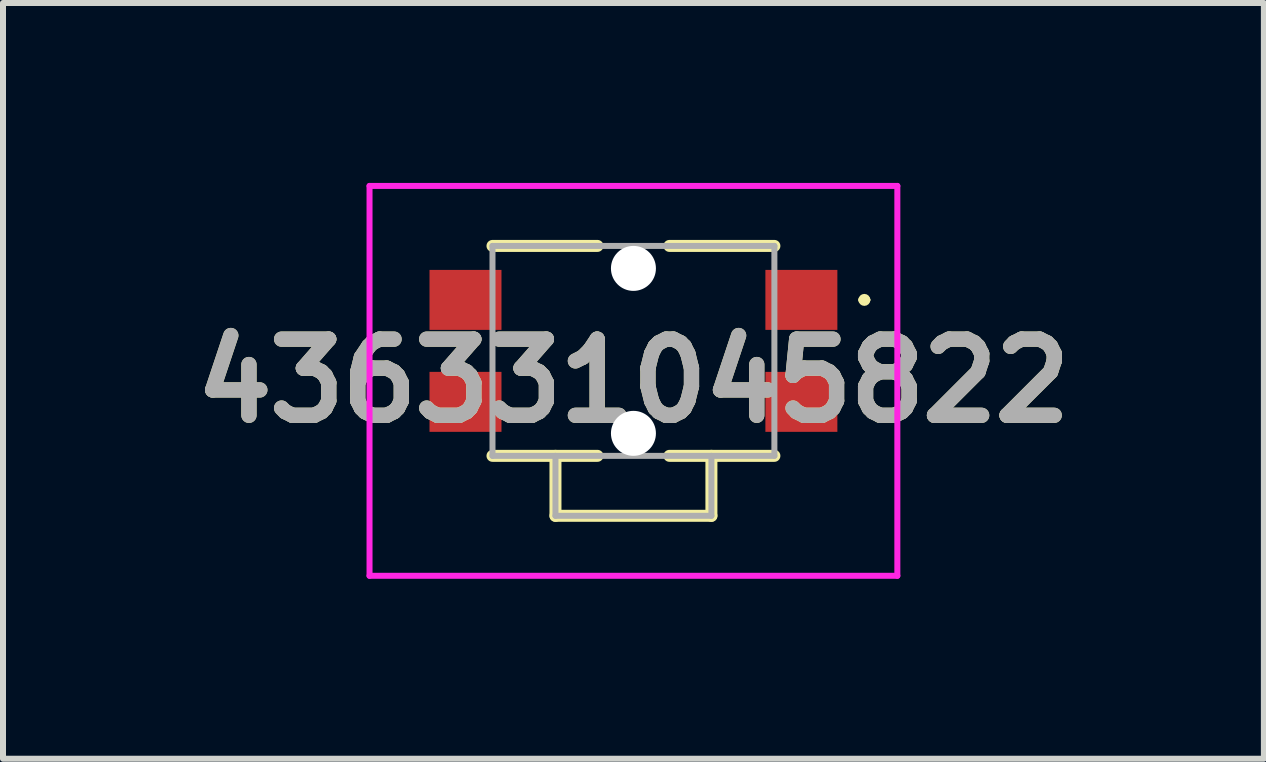
<source format=kicad_pcb>
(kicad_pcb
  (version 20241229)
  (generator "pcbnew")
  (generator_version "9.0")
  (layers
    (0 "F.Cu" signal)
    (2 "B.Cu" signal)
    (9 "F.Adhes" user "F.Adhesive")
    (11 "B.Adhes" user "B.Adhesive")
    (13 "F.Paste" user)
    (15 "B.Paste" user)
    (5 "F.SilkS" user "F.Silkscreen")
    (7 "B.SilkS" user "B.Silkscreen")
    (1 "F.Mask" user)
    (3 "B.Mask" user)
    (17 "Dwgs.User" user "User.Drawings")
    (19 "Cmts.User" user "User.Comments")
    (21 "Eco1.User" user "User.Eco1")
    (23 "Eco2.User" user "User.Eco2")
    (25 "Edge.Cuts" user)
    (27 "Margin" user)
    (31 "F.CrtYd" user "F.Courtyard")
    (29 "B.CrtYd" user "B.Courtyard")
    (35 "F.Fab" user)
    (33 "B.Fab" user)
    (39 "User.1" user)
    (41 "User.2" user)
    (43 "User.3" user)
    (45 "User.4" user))
  (footprint "436331045822"
    (layer "F.Cu")
    (at 7.511 3.3)
    (property "Reference" "436331045822" (at 0 0 0) (layer "F.SilkS") (effects (font (size 1.27 1.27) (thickness 0.254))))
    (attr through_hole)
    (fp_line (start -2.35 -2.25) (end -0.6 -2.25) (stroke (width 0.2) (type solid)) (layer "F.SilkS"))
    (fp_line (start -2.35 1.25) (end -0.6 1.25) (stroke (width 0.2) (type solid)) (layer "F.SilkS"))
    (fp_line (start -1.3 1.25) (end -1.3 2.25) (stroke (width 0.2) (type solid)) (layer "F.SilkS"))
    (fp_line (start -1.3 2.25) (end 1.3 2.25) (stroke (width 0.2) (type solid)) (layer "F.SilkS"))
    (fp_line (start 0.6 -2.25) (end 2.35 -2.25) (stroke (width 0.2) (type solid)) (layer "F.SilkS"))
    (fp_line (start 0.6 1.25) (end 2.35 1.25) (stroke (width 0.2) (type solid)) (layer "F.SilkS"))
    (fp_line (start 1.3 2.25) (end 1.3 1.25) (stroke (width 0.2) (type solid)) (layer "F.SilkS"))
    (fp_line (start 3.8 -1.35) (end 3.8 -1.35) (stroke (width 0.1) (type solid)) (layer "F.SilkS"))
    (fp_line (start 3.9 -1.35) (end 3.9 -1.35) (stroke (width 0.1) (type solid)) (layer "F.SilkS"))
    (fp_arc (start 3.8 -1.35) (mid 3.85 -1.4) (end 3.9 -1.35) (stroke (width 0.1) (type solid)) (layer "F.SilkS"))
    (fp_arc (start 3.9 -1.35) (mid 3.85 -1.3) (end 3.8 -1.35) (stroke (width 0.1) (type solid)) (layer "F.SilkS"))
    (fp_line (start -4.4 -3.25) (end 4.4 -3.25) (stroke (width 0.1) (type solid)) (layer "F.CrtYd"))
    (fp_line (start -4.4 3.25) (end -4.4 -3.25) (stroke (width 0.1) (type solid)) (layer "F.CrtYd"))
    (fp_line (start 4.4 -3.25) (end 4.4 3.25) (stroke (width 0.1) (type solid)) (layer "F.CrtYd"))
    (fp_line (start 4.4 3.25) (end -4.4 3.25) (stroke (width 0.1) (type solid)) (layer "F.CrtYd"))
    (fp_line (start -2.35 -2.25) (end 2.35 -2.25) (stroke (width 0.1) (type solid)) (layer "F.Fab"))
    (fp_line (start -2.35 1.25) (end -2.35 -2.25) (stroke (width 0.1) (type solid)) (layer "F.Fab"))
    (fp_line (start -1.3 1.25) (end -1.3 2.25) (stroke (width 0.1) (type solid)) (layer "F.Fab"))
    (fp_line (start -1.3 2.25) (end 1.3 2.25) (stroke (width 0.1) (type solid)) (layer "F.Fab"))
    (fp_line (start 1.3 2.25) (end 1.3 1.25) (stroke (width 0.1) (type solid)) (layer "F.Fab"))
    (fp_line (start 2.35 -2.25) (end 2.35 1.25) (stroke (width 0.1) (type solid)) (layer "F.Fab"))
    (fp_line (start 2.35 1.25) (end -2.35 1.25) (stroke (width 0.1) (type solid)) (layer "F.Fab"))
    (fp_text user "${REFERENCE}" (at 0 0 0) (layer "F.Fab") (effects (font (size 1.27 1.27) (thickness 0.254))))
    (pad "" np_thru_hole circle (at 0 -1.875) (size 0.75 0.75) (drill 0.75) (layers "*.Cu" "*.Mask"))
    (pad "" np_thru_hole circle (at 0 0.875) (size 0.75 0.75) (drill 0.75) (layers "*.Cu" "*.Mask"))
    (pad "1" smd rect (at 2.8 -1.35 90) (size 1 1.2) (layers "F.Cu" "F.Mask" "F.Paste"))
    (pad "2" smd rect (at 2.8 0.35 90) (size 1 1.2) (layers "F.Cu" "F.Mask" "F.Paste"))
    (pad "3" smd rect (at -2.8 -1.35 90) (size 1 1.2) (layers "F.Cu" "F.Mask" "F.Paste"))
    (pad "4" smd rect (at -2.8 0.35 90) (size 1 1.2) (layers "F.Cu" "F.Mask" "F.Paste")))
  (gr_rect
    (start -3 -3)
    (end 18.022 9.6)
    (stroke (width 0.1) (type default))
    (fill no)
    (layer "Edge.Cuts")))
</source>
